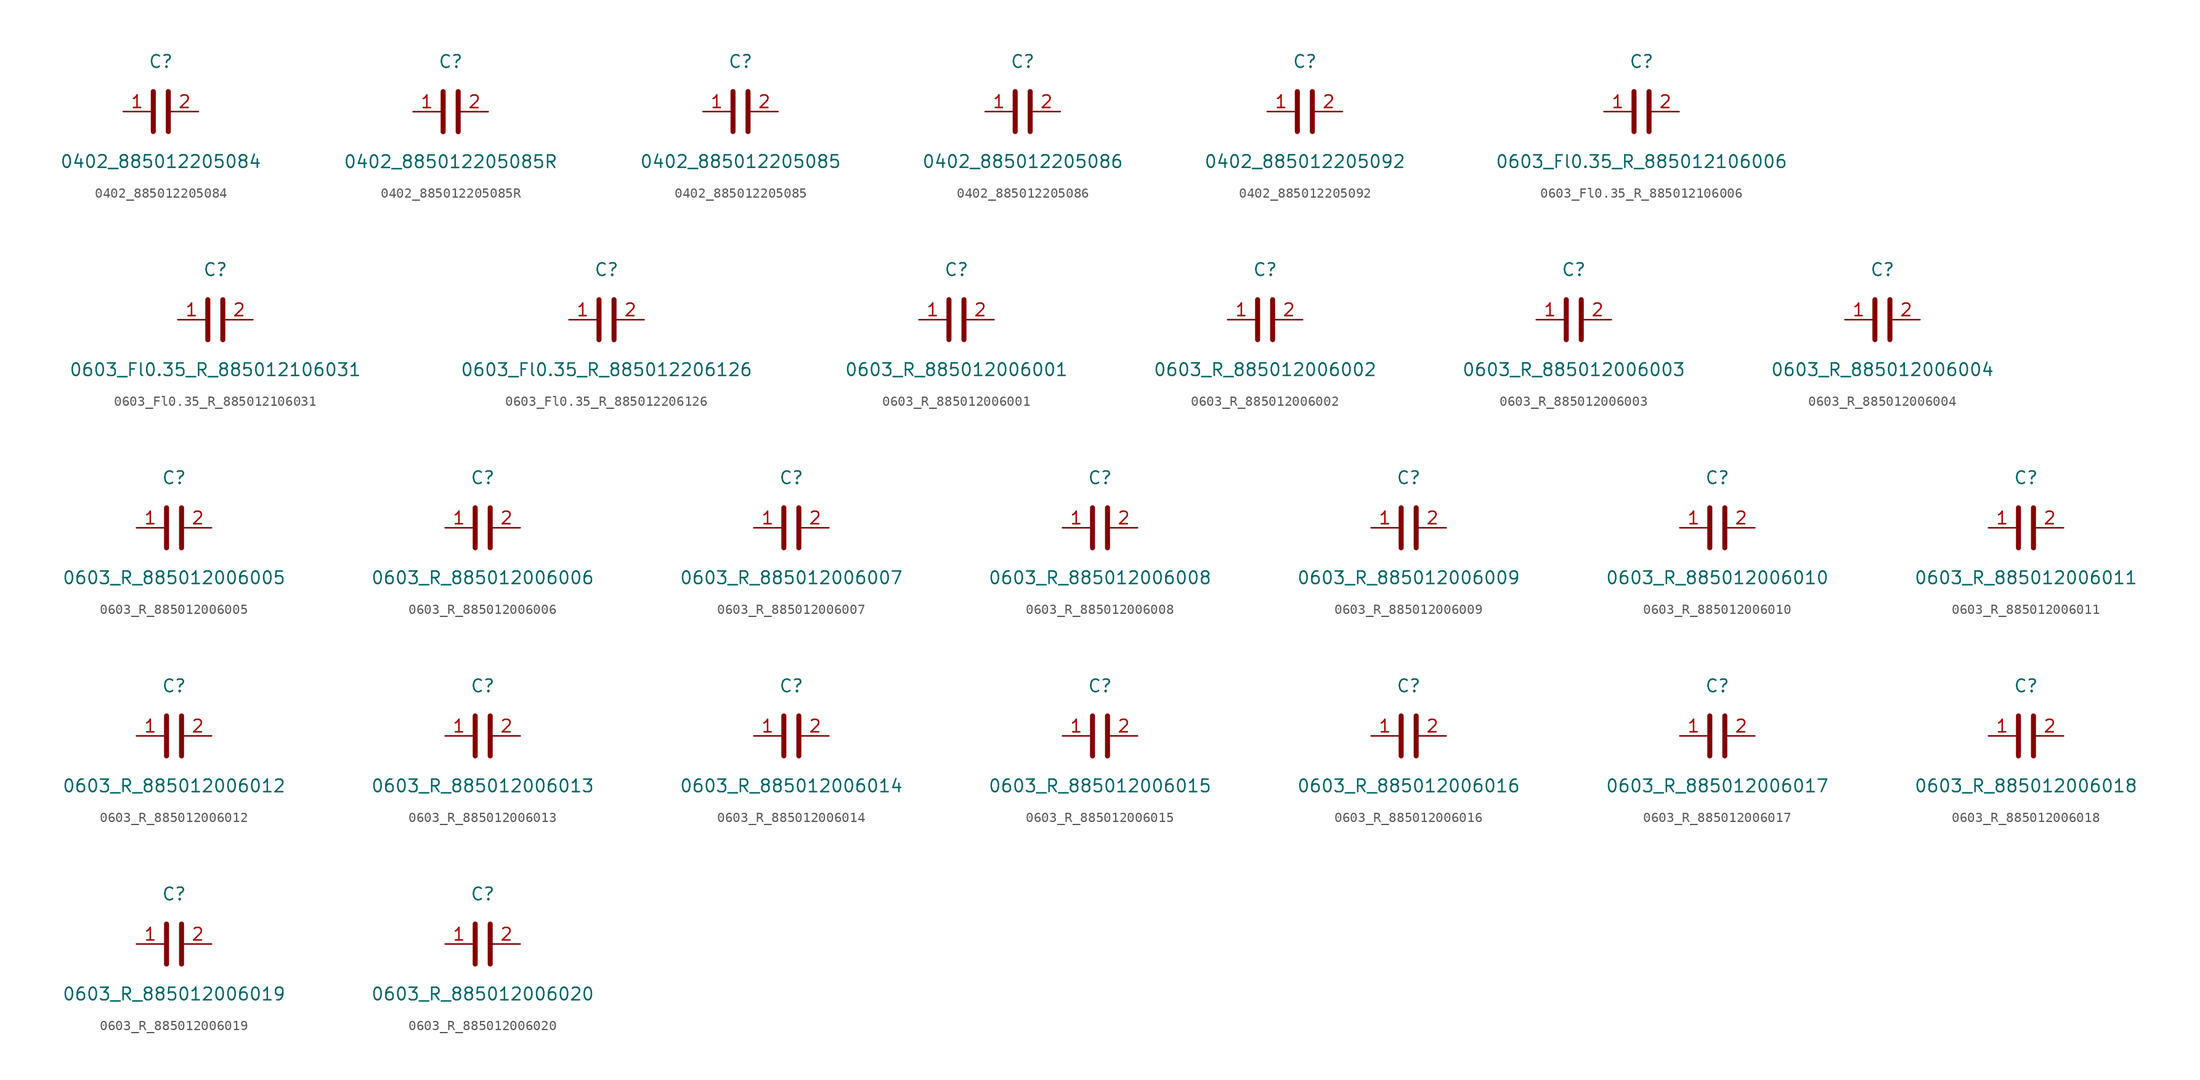
<source format=kicad_sym>
(kicad_symbol_lib
  (version 20220914)
  (generator kicad_symbol_editor)
  (symbol "0402_885012205084"
    (pin_names hide)
    (property "Reference" "C"
      (at 0 5.08 0)
      (effects (font (size 1.27 1.27))))
    (property "Value" "0402_885012205084"
      (at 0 -5.08 0)
      (effects (font (size 1.27 1.27))))
    (symbol "0402_885012205084_0_1"
      (polyline (pts (xy -0.762 -2.032) (xy -0.762 2.032)) (stroke (width 0.508) (type default)) (fill (type none)))
      (polyline (pts (xy 0.762 -2.032) (xy 0.762 2.032)) (stroke (width 0.508) (type default)) (fill (type none))))
    (symbol "0402_885012205084_1_1"
      (pin passive line (at -3.81 0 0) (length 2.794) (name "1" (effects (font (size 1.27 1.27)))) (number "1" (effects (font (size 1.27 1.27)))))
      (pin passive line (at 3.81 0 180) (length 2.794) (name "2" (effects (font (size 1.27 1.27)))) (number "2" (effects (font (size 1.27 1.27)))))))
  (symbol "0402_885012205085R"
    (pin_names hide)
    (property "Reference" "C"
      (at 0 5.08 0)
      (effects (font (size 1.27 1.27))))
    (property "Value" "0402_885012205085R"
      (at 0 -5.08 0)
      (effects (font (size 1.27 1.27))))
    (symbol "0402_885012205085R_0_1"
      (polyline (pts (xy -0.762 -2.032) (xy -0.762 2.032)) (stroke (width 0.508) (type default)) (fill (type none)))
      (polyline (pts (xy 0.762 -2.032) (xy 0.762 2.032)) (stroke (width 0.508) (type default)) (fill (type none))))
    (symbol "0402_885012205085R_1_1"
      (pin passive line (at -3.81 0 0) (length 2.794) (name "1" (effects (font (size 1.27 1.27)))) (number "1" (effects (font (size 1.27 1.27)))))
      (pin passive line (at 3.81 0 180) (length 2.794) (name "2" (effects (font (size 1.27 1.27)))) (number "2" (effects (font (size 1.27 1.27)))))))
  (symbol "0402_885012205085"
    (pin_names hide)
    (property "Reference" "C"
      (at 0 5.08 0)
      (effects (font (size 1.27 1.27))))
    (property "Value" "0402_885012205085"
      (at 0 -5.08 0)
      (effects (font (size 1.27 1.27))))
    (symbol "0402_885012205085_0_1"
      (polyline (pts (xy -0.762 -2.032) (xy -0.762 2.032)) (stroke (width 0.508) (type default)) (fill (type none)))
      (polyline (pts (xy 0.762 -2.032) (xy 0.762 2.032)) (stroke (width 0.508) (type default)) (fill (type none))))
    (symbol "0402_885012205085_1_1"
      (pin passive line (at -3.81 0 0) (length 2.794) (name "1" (effects (font (size 1.27 1.27)))) (number "1" (effects (font (size 1.27 1.27)))))
      (pin passive line (at 3.81 0 180) (length 2.794) (name "2" (effects (font (size 1.27 1.27)))) (number "2" (effects (font (size 1.27 1.27)))))))
  (symbol "0402_885012205086"
    (pin_names hide)
    (property "Reference" "C"
      (at 0 5.08 0)
      (effects (font (size 1.27 1.27))))
    (property "Value" "0402_885012205086"
      (at 0 -5.08 0)
      (effects (font (size 1.27 1.27))))
    (symbol "0402_885012205086_0_1"
      (polyline (pts (xy -0.762 -2.032) (xy -0.762 2.032)) (stroke (width 0.508) (type default)) (fill (type none)))
      (polyline (pts (xy 0.762 -2.032) (xy 0.762 2.032)) (stroke (width 0.508) (type default)) (fill (type none))))
    (symbol "0402_885012205086_1_1"
      (pin passive line (at -3.81 0 0) (length 2.794) (name "1" (effects (font (size 1.27 1.27)))) (number "1" (effects (font (size 1.27 1.27)))))
      (pin passive line (at 3.81 0 180) (length 2.794) (name "2" (effects (font (size 1.27 1.27)))) (number "2" (effects (font (size 1.27 1.27)))))))
  (symbol "0402_885012205092"
    (pin_names hide)
    (property "Reference" "C"
      (at 0 5.08 0)
      (effects (font (size 1.27 1.27))))
    (property "Value" "0402_885012205092"
      (at 0 -5.08 0)
      (effects (font (size 1.27 1.27))))
    (symbol "0402_885012205092_0_1"
      (polyline (pts (xy -0.762 -2.032) (xy -0.762 2.032)) (stroke (width 0.508) (type default)) (fill (type none)))
      (polyline (pts (xy 0.762 -2.032) (xy 0.762 2.032)) (stroke (width 0.508) (type default)) (fill (type none))))
    (symbol "0402_885012205092_1_1"
      (pin passive line (at -3.81 0 0) (length 2.794) (name "1" (effects (font (size 1.27 1.27)))) (number "1" (effects (font (size 1.27 1.27)))))
      (pin passive line (at 3.81 0 180) (length 2.794) (name "2" (effects (font (size 1.27 1.27)))) (number "2" (effects (font (size 1.27 1.27)))))))
  (symbol "0603_Fl0.35_R_885012106006"
    (pin_names hide)
    (property "Reference" "C"
      (at 0 5.08 0)
      (effects (font (size 1.27 1.27))))
    (property "Value" "0603_Fl0.35_R_885012106006"
      (at 0 -5.08 0)
      (effects (font (size 1.27 1.27))))
    (symbol "0603_Fl0.35_R_885012106006_0_1"
      (polyline (pts (xy -0.762 -2.032) (xy -0.762 2.032)) (stroke (width 0.508) (type default)) (fill (type none)))
      (polyline (pts (xy 0.762 -2.032) (xy 0.762 2.032)) (stroke (width 0.508) (type default)) (fill (type none))))
    (symbol "0603_Fl0.35_R_885012106006_1_1"
      (pin passive line (at -3.81 0 0) (length 2.794) (name "1" (effects (font (size 1.27 1.27)))) (number "1" (effects (font (size 1.27 1.27)))))
      (pin passive line (at 3.81 0 180) (length 2.794) (name "2" (effects (font (size 1.27 1.27)))) (number "2" (effects (font (size 1.27 1.27)))))))
  (symbol "0603_Fl0.35_R_885012106031"
    (pin_names hide)
    (property "Reference" "C"
      (at 0 5.08 0)
      (effects (font (size 1.27 1.27))))
    (property "Value" "0603_Fl0.35_R_885012106031"
      (at 0 -5.08 0)
      (effects (font (size 1.27 1.27))))
    (symbol "0603_Fl0.35_R_885012106031_0_1"
      (polyline (pts (xy -0.762 -2.032) (xy -0.762 2.032)) (stroke (width 0.508) (type default)) (fill (type none)))
      (polyline (pts (xy 0.762 -2.032) (xy 0.762 2.032)) (stroke (width 0.508) (type default)) (fill (type none))))
    (symbol "0603_Fl0.35_R_885012106031_1_1"
      (pin passive line (at -3.81 0 0) (length 2.794) (name "1" (effects (font (size 1.27 1.27)))) (number "1" (effects (font (size 1.27 1.27)))))
      (pin passive line (at 3.81 0 180) (length 2.794) (name "2" (effects (font (size 1.27 1.27)))) (number "2" (effects (font (size 1.27 1.27)))))))
  (symbol "0603_Fl0.35_R_885012206126"
    (pin_names hide)
    (property "Reference" "C"
      (at 0 5.08 0)
      (effects (font (size 1.27 1.27))))
    (property "Value" "0603_Fl0.35_R_885012206126"
      (at 0 -5.08 0)
      (effects (font (size 1.27 1.27))))
    (symbol "0603_Fl0.35_R_885012206126_0_1"
      (polyline (pts (xy -0.762 -2.032) (xy -0.762 2.032)) (stroke (width 0.508) (type default)) (fill (type none)))
      (polyline (pts (xy 0.762 -2.032) (xy 0.762 2.032)) (stroke (width 0.508) (type default)) (fill (type none))))
    (symbol "0603_Fl0.35_R_885012206126_1_1"
      (pin passive line (at -3.81 0 0) (length 2.794) (name "1" (effects (font (size 1.27 1.27)))) (number "1" (effects (font (size 1.27 1.27)))))
      (pin passive line (at 3.81 0 180) (length 2.794) (name "2" (effects (font (size 1.27 1.27)))) (number "2" (effects (font (size 1.27 1.27)))))))
  (symbol "0603_R_885012006001"
    (pin_names hide)
    (property "Reference" "C"
      (at 0 5.08 0)
      (effects (font (size 1.27 1.27))))
    (property "Value" "0603_R_885012006001"
      (at 0 -5.08 0)
      (effects (font (size 1.27 1.27))))
    (symbol "0603_R_885012006001_0_1"
      (polyline (pts (xy -0.762 -2.032) (xy -0.762 2.032)) (stroke (width 0.508) (type default)) (fill (type none)))
      (polyline (pts (xy 0.762 -2.032) (xy 0.762 2.032)) (stroke (width 0.508) (type default)) (fill (type none))))
    (symbol "0603_R_885012006001_1_1"
      (pin passive line (at -3.81 0 0) (length 2.794) (name "1" (effects (font (size 1.27 1.27)))) (number "1" (effects (font (size 1.27 1.27)))))
      (pin passive line (at 3.81 0 180) (length 2.794) (name "2" (effects (font (size 1.27 1.27)))) (number "2" (effects (font (size 1.27 1.27)))))))
  (symbol "0603_R_885012006002"
    (pin_names hide)
    (property "Reference" "C"
      (at 0 5.08 0)
      (effects (font (size 1.27 1.27))))
    (property "Value" "0603_R_885012006002"
      (at 0 -5.08 0)
      (effects (font (size 1.27 1.27))))
    (symbol "0603_R_885012006002_0_1"
      (polyline (pts (xy -0.762 -2.032) (xy -0.762 2.032)) (stroke (width 0.508) (type default)) (fill (type none)))
      (polyline (pts (xy 0.762 -2.032) (xy 0.762 2.032)) (stroke (width 0.508) (type default)) (fill (type none))))
    (symbol "0603_R_885012006002_1_1"
      (pin passive line (at -3.81 0 0) (length 2.794) (name "1" (effects (font (size 1.27 1.27)))) (number "1" (effects (font (size 1.27 1.27)))))
      (pin passive line (at 3.81 0 180) (length 2.794) (name "2" (effects (font (size 1.27 1.27)))) (number "2" (effects (font (size 1.27 1.27)))))))
  (symbol "0603_R_885012006003"
    (pin_names hide)
    (property "Reference" "C"
      (at 0 5.08 0)
      (effects (font (size 1.27 1.27))))
    (property "Value" "0603_R_885012006003"
      (at 0 -5.08 0)
      (effects (font (size 1.27 1.27))))
    (symbol "0603_R_885012006003_0_1"
      (polyline (pts (xy -0.762 -2.032) (xy -0.762 2.032)) (stroke (width 0.508) (type default)) (fill (type none)))
      (polyline (pts (xy 0.762 -2.032) (xy 0.762 2.032)) (stroke (width 0.508) (type default)) (fill (type none))))
    (symbol "0603_R_885012006003_1_1"
      (pin passive line (at -3.81 0 0) (length 2.794) (name "1" (effects (font (size 1.27 1.27)))) (number "1" (effects (font (size 1.27 1.27)))))
      (pin passive line (at 3.81 0 180) (length 2.794) (name "2" (effects (font (size 1.27 1.27)))) (number "2" (effects (font (size 1.27 1.27)))))))
  (symbol "0603_R_885012006004"
    (pin_names hide)
    (property "Reference" "C"
      (at 0 5.08 0)
      (effects (font (size 1.27 1.27))))
    (property "Value" "0603_R_885012006004"
      (at 0 -5.08 0)
      (effects (font (size 1.27 1.27))))
    (symbol "0603_R_885012006004_0_1"
      (polyline (pts (xy -0.762 -2.032) (xy -0.762 2.032)) (stroke (width 0.508) (type default)) (fill (type none)))
      (polyline (pts (xy 0.762 -2.032) (xy 0.762 2.032)) (stroke (width 0.508) (type default)) (fill (type none))))
    (symbol "0603_R_885012006004_1_1"
      (pin passive line (at -3.81 0 0) (length 2.794) (name "1" (effects (font (size 1.27 1.27)))) (number "1" (effects (font (size 1.27 1.27)))))
      (pin passive line (at 3.81 0 180) (length 2.794) (name "2" (effects (font (size 1.27 1.27)))) (number "2" (effects (font (size 1.27 1.27)))))))
  (symbol "0603_R_885012006005"
    (pin_names hide)
    (property "Reference" "C"
      (at 0 5.08 0)
      (effects (font (size 1.27 1.27))))
    (property "Value" "0603_R_885012006005"
      (at 0 -5.08 0)
      (effects (font (size 1.27 1.27))))
    (symbol "0603_R_885012006005_0_1"
      (polyline (pts (xy -0.762 -2.032) (xy -0.762 2.032)) (stroke (width 0.508) (type default)) (fill (type none)))
      (polyline (pts (xy 0.762 -2.032) (xy 0.762 2.032)) (stroke (width 0.508) (type default)) (fill (type none))))
    (symbol "0603_R_885012006005_1_1"
      (pin passive line (at -3.81 0 0) (length 2.794) (name "1" (effects (font (size 1.27 1.27)))) (number "1" (effects (font (size 1.27 1.27)))))
      (pin passive line (at 3.81 0 180) (length 2.794) (name "2" (effects (font (size 1.27 1.27)))) (number "2" (effects (font (size 1.27 1.27)))))))
  (symbol "0603_R_885012006006"
    (pin_names hide)
    (property "Reference" "C"
      (at 0 5.08 0)
      (effects (font (size 1.27 1.27))))
    (property "Value" "0603_R_885012006006"
      (at 0 -5.08 0)
      (effects (font (size 1.27 1.27))))
    (symbol "0603_R_885012006006_0_1"
      (polyline (pts (xy -0.762 -2.032) (xy -0.762 2.032)) (stroke (width 0.508) (type default)) (fill (type none)))
      (polyline (pts (xy 0.762 -2.032) (xy 0.762 2.032)) (stroke (width 0.508) (type default)) (fill (type none))))
    (symbol "0603_R_885012006006_1_1"
      (pin passive line (at -3.81 0 0) (length 2.794) (name "1" (effects (font (size 1.27 1.27)))) (number "1" (effects (font (size 1.27 1.27)))))
      (pin passive line (at 3.81 0 180) (length 2.794) (name "2" (effects (font (size 1.27 1.27)))) (number "2" (effects (font (size 1.27 1.27)))))))
  (symbol "0603_R_885012006007"
    (pin_names hide)
    (property "Reference" "C"
      (at 0 5.08 0)
      (effects (font (size 1.27 1.27))))
    (property "Value" "0603_R_885012006007"
      (at 0 -5.08 0)
      (effects (font (size 1.27 1.27))))
    (symbol "0603_R_885012006007_0_1"
      (polyline (pts (xy -0.762 -2.032) (xy -0.762 2.032)) (stroke (width 0.508) (type default)) (fill (type none)))
      (polyline (pts (xy 0.762 -2.032) (xy 0.762 2.032)) (stroke (width 0.508) (type default)) (fill (type none))))
    (symbol "0603_R_885012006007_1_1"
      (pin passive line (at -3.81 0 0) (length 2.794) (name "1" (effects (font (size 1.27 1.27)))) (number "1" (effects (font (size 1.27 1.27)))))
      (pin passive line (at 3.81 0 180) (length 2.794) (name "2" (effects (font (size 1.27 1.27)))) (number "2" (effects (font (size 1.27 1.27)))))))
  (symbol "0603_R_885012006008"
    (pin_names hide)
    (property "Reference" "C"
      (at 0 5.08 0)
      (effects (font (size 1.27 1.27))))
    (property "Value" "0603_R_885012006008"
      (at 0 -5.08 0)
      (effects (font (size 1.27 1.27))))
    (symbol "0603_R_885012006008_0_1"
      (polyline (pts (xy -0.762 -2.032) (xy -0.762 2.032)) (stroke (width 0.508) (type default)) (fill (type none)))
      (polyline (pts (xy 0.762 -2.032) (xy 0.762 2.032)) (stroke (width 0.508) (type default)) (fill (type none))))
    (symbol "0603_R_885012006008_1_1"
      (pin passive line (at -3.81 0 0) (length 2.794) (name "1" (effects (font (size 1.27 1.27)))) (number "1" (effects (font (size 1.27 1.27)))))
      (pin passive line (at 3.81 0 180) (length 2.794) (name "2" (effects (font (size 1.27 1.27)))) (number "2" (effects (font (size 1.27 1.27)))))))
  (symbol "0603_R_885012006009"
    (pin_names hide)
    (property "Reference" "C"
      (at 0 5.08 0)
      (effects (font (size 1.27 1.27))))
    (property "Value" "0603_R_885012006009"
      (at 0 -5.08 0)
      (effects (font (size 1.27 1.27))))
    (symbol "0603_R_885012006009_0_1"
      (polyline (pts (xy -0.762 -2.032) (xy -0.762 2.032)) (stroke (width 0.508) (type default)) (fill (type none)))
      (polyline (pts (xy 0.762 -2.032) (xy 0.762 2.032)) (stroke (width 0.508) (type default)) (fill (type none))))
    (symbol "0603_R_885012006009_1_1"
      (pin passive line (at -3.81 0 0) (length 2.794) (name "1" (effects (font (size 1.27 1.27)))) (number "1" (effects (font (size 1.27 1.27)))))
      (pin passive line (at 3.81 0 180) (length 2.794) (name "2" (effects (font (size 1.27 1.27)))) (number "2" (effects (font (size 1.27 1.27)))))))
  (symbol "0603_R_885012006010"
    (pin_names hide)
    (property "Reference" "C"
      (at 0 5.08 0)
      (effects (font (size 1.27 1.27))))
    (property "Value" "0603_R_885012006010"
      (at 0 -5.08 0)
      (effects (font (size 1.27 1.27))))
    (symbol "0603_R_885012006010_0_1"
      (polyline (pts (xy -0.762 -2.032) (xy -0.762 2.032)) (stroke (width 0.508) (type default)) (fill (type none)))
      (polyline (pts (xy 0.762 -2.032) (xy 0.762 2.032)) (stroke (width 0.508) (type default)) (fill (type none))))
    (symbol "0603_R_885012006010_1_1"
      (pin passive line (at -3.81 0 0) (length 2.794) (name "1" (effects (font (size 1.27 1.27)))) (number "1" (effects (font (size 1.27 1.27)))))
      (pin passive line (at 3.81 0 180) (length 2.794) (name "2" (effects (font (size 1.27 1.27)))) (number "2" (effects (font (size 1.27 1.27)))))))
  (symbol "0603_R_885012006011"
    (pin_names hide)
    (property "Reference" "C"
      (at 0 5.08 0)
      (effects (font (size 1.27 1.27))))
    (property "Value" "0603_R_885012006011"
      (at 0 -5.08 0)
      (effects (font (size 1.27 1.27))))
    (symbol "0603_R_885012006011_0_1"
      (polyline (pts (xy -0.762 -2.032) (xy -0.762 2.032)) (stroke (width 0.508) (type default)) (fill (type none)))
      (polyline (pts (xy 0.762 -2.032) (xy 0.762 2.032)) (stroke (width 0.508) (type default)) (fill (type none))))
    (symbol "0603_R_885012006011_1_1"
      (pin passive line (at -3.81 0 0) (length 2.794) (name "1" (effects (font (size 1.27 1.27)))) (number "1" (effects (font (size 1.27 1.27)))))
      (pin passive line (at 3.81 0 180) (length 2.794) (name "2" (effects (font (size 1.27 1.27)))) (number "2" (effects (font (size 1.27 1.27)))))))
  (symbol "0603_R_885012006012"
    (pin_names hide)
    (property "Reference" "C"
      (at 0 5.08 0)
      (effects (font (size 1.27 1.27))))
    (property "Value" "0603_R_885012006012"
      (at 0 -5.08 0)
      (effects (font (size 1.27 1.27))))
    (symbol "0603_R_885012006012_0_1"
      (polyline (pts (xy -0.762 -2.032) (xy -0.762 2.032)) (stroke (width 0.508) (type default)) (fill (type none)))
      (polyline (pts (xy 0.762 -2.032) (xy 0.762 2.032)) (stroke (width 0.508) (type default)) (fill (type none))))
    (symbol "0603_R_885012006012_1_1"
      (pin passive line (at -3.81 0 0) (length 2.794) (name "1" (effects (font (size 1.27 1.27)))) (number "1" (effects (font (size 1.27 1.27)))))
      (pin passive line (at 3.81 0 180) (length 2.794) (name "2" (effects (font (size 1.27 1.27)))) (number "2" (effects (font (size 1.27 1.27)))))))
  (symbol "0603_R_885012006013"
    (pin_names hide)
    (property "Reference" "C"
      (at 0 5.08 0)
      (effects (font (size 1.27 1.27))))
    (property "Value" "0603_R_885012006013"
      (at 0 -5.08 0)
      (effects (font (size 1.27 1.27))))
    (symbol "0603_R_885012006013_0_1"
      (polyline (pts (xy -0.762 -2.032) (xy -0.762 2.032)) (stroke (width 0.508) (type default)) (fill (type none)))
      (polyline (pts (xy 0.762 -2.032) (xy 0.762 2.032)) (stroke (width 0.508) (type default)) (fill (type none))))
    (symbol "0603_R_885012006013_1_1"
      (pin passive line (at -3.81 0 0) (length 2.794) (name "1" (effects (font (size 1.27 1.27)))) (number "1" (effects (font (size 1.27 1.27)))))
      (pin passive line (at 3.81 0 180) (length 2.794) (name "2" (effects (font (size 1.27 1.27)))) (number "2" (effects (font (size 1.27 1.27)))))))
  (symbol "0603_R_885012006014"
    (pin_names hide)
    (property "Reference" "C"
      (at 0 5.08 0)
      (effects (font (size 1.27 1.27))))
    (property "Value" "0603_R_885012006014"
      (at 0 -5.08 0)
      (effects (font (size 1.27 1.27))))
    (symbol "0603_R_885012006014_0_1"
      (polyline (pts (xy -0.762 -2.032) (xy -0.762 2.032)) (stroke (width 0.508) (type default)) (fill (type none)))
      (polyline (pts (xy 0.762 -2.032) (xy 0.762 2.032)) (stroke (width 0.508) (type default)) (fill (type none))))
    (symbol "0603_R_885012006014_1_1"
      (pin passive line (at -3.81 0 0) (length 2.794) (name "1" (effects (font (size 1.27 1.27)))) (number "1" (effects (font (size 1.27 1.27)))))
      (pin passive line (at 3.81 0 180) (length 2.794) (name "2" (effects (font (size 1.27 1.27)))) (number "2" (effects (font (size 1.27 1.27)))))))
  (symbol "0603_R_885012006015"
    (pin_names hide)
    (property "Reference" "C"
      (at 0 5.08 0)
      (effects (font (size 1.27 1.27))))
    (property "Value" "0603_R_885012006015"
      (at 0 -5.08 0)
      (effects (font (size 1.27 1.27))))
    (symbol "0603_R_885012006015_0_1"
      (polyline (pts (xy -0.762 -2.032) (xy -0.762 2.032)) (stroke (width 0.508) (type default)) (fill (type none)))
      (polyline (pts (xy 0.762 -2.032) (xy 0.762 2.032)) (stroke (width 0.508) (type default)) (fill (type none))))
    (symbol "0603_R_885012006015_1_1"
      (pin passive line (at -3.81 0 0) (length 2.794) (name "1" (effects (font (size 1.27 1.27)))) (number "1" (effects (font (size 1.27 1.27)))))
      (pin passive line (at 3.81 0 180) (length 2.794) (name "2" (effects (font (size 1.27 1.27)))) (number "2" (effects (font (size 1.27 1.27)))))))
  (symbol "0603_R_885012006016"
    (pin_names hide)
    (property "Reference" "C"
      (at 0 5.08 0)
      (effects (font (size 1.27 1.27))))
    (property "Value" "0603_R_885012006016"
      (at 0 -5.08 0)
      (effects (font (size 1.27 1.27))))
    (symbol "0603_R_885012006016_0_1"
      (polyline (pts (xy -0.762 -2.032) (xy -0.762 2.032)) (stroke (width 0.508) (type default)) (fill (type none)))
      (polyline (pts (xy 0.762 -2.032) (xy 0.762 2.032)) (stroke (width 0.508) (type default)) (fill (type none))))
    (symbol "0603_R_885012006016_1_1"
      (pin passive line (at -3.81 0 0) (length 2.794) (name "1" (effects (font (size 1.27 1.27)))) (number "1" (effects (font (size 1.27 1.27)))))
      (pin passive line (at 3.81 0 180) (length 2.794) (name "2" (effects (font (size 1.27 1.27)))) (number "2" (effects (font (size 1.27 1.27)))))))
  (symbol "0603_R_885012006017"
    (pin_names hide)
    (property "Reference" "C"
      (at 0 5.08 0)
      (effects (font (size 1.27 1.27))))
    (property "Value" "0603_R_885012006017"
      (at 0 -5.08 0)
      (effects (font (size 1.27 1.27))))
    (symbol "0603_R_885012006017_0_1"
      (polyline (pts (xy -0.762 -2.032) (xy -0.762 2.032)) (stroke (width 0.508) (type default)) (fill (type none)))
      (polyline (pts (xy 0.762 -2.032) (xy 0.762 2.032)) (stroke (width 0.508) (type default)) (fill (type none))))
    (symbol "0603_R_885012006017_1_1"
      (pin passive line (at -3.81 0 0) (length 2.794) (name "1" (effects (font (size 1.27 1.27)))) (number "1" (effects (font (size 1.27 1.27)))))
      (pin passive line (at 3.81 0 180) (length 2.794) (name "2" (effects (font (size 1.27 1.27)))) (number "2" (effects (font (size 1.27 1.27)))))))
  (symbol "0603_R_885012006018"
    (pin_names hide)
    (property "Reference" "C"
      (at 0 5.08 0)
      (effects (font (size 1.27 1.27))))
    (property "Value" "0603_R_885012006018"
      (at 0 -5.08 0)
      (effects (font (size 1.27 1.27))))
    (symbol "0603_R_885012006018_0_1"
      (polyline (pts (xy -0.762 -2.032) (xy -0.762 2.032)) (stroke (width 0.508) (type default)) (fill (type none)))
      (polyline (pts (xy 0.762 -2.032) (xy 0.762 2.032)) (stroke (width 0.508) (type default)) (fill (type none))))
    (symbol "0603_R_885012006018_1_1"
      (pin passive line (at -3.81 0 0) (length 2.794) (name "1" (effects (font (size 1.27 1.27)))) (number "1" (effects (font (size 1.27 1.27)))))
      (pin passive line (at 3.81 0 180) (length 2.794) (name "2" (effects (font (size 1.27 1.27)))) (number "2" (effects (font (size 1.27 1.27)))))))
  (symbol "0603_R_885012006019"
    (pin_names hide)
    (property "Reference" "C"
      (at 0 5.08 0)
      (effects (font (size 1.27 1.27))))
    (property "Value" "0603_R_885012006019"
      (at 0 -5.08 0)
      (effects (font (size 1.27 1.27))))
    (symbol "0603_R_885012006019_0_1"
      (polyline (pts (xy -0.762 -2.032) (xy -0.762 2.032)) (stroke (width 0.508) (type default)) (fill (type none)))
      (polyline (pts (xy 0.762 -2.032) (xy 0.762 2.032)) (stroke (width 0.508) (type default)) (fill (type none))))
    (symbol "0603_R_885012006019_1_1"
      (pin passive line (at -3.81 0 0) (length 2.794) (name "1" (effects (font (size 1.27 1.27)))) (number "1" (effects (font (size 1.27 1.27)))))
      (pin passive line (at 3.81 0 180) (length 2.794) (name "2" (effects (font (size 1.27 1.27)))) (number "2" (effects (font (size 1.27 1.27)))))))
  (symbol "0603_R_885012006020"
    (pin_names hide)
    (property "Reference" "C"
      (at 0 5.08 0)
      (effects (font (size 1.27 1.27))))
    (property "Value" "0603_R_885012006020"
      (at 0 -5.08 0)
      (effects (font (size 1.27 1.27))))
    (symbol "0603_R_885012006020_0_1"
      (polyline (pts (xy -0.762 -2.032) (xy -0.762 2.032)) (stroke (width 0.508) (type default)) (fill (type none)))
      (polyline (pts (xy 0.762 -2.032) (xy 0.762 2.032)) (stroke (width 0.508) (type default)) (fill (type none))))
    (symbol "0603_R_885012006020_1_1"
      (pin passive line (at -3.81 0 0) (length 2.794) (name "1" (effects (font (size 1.27 1.27)))) (number "1" (effects (font (size 1.27 1.27)))))
      (pin passive line (at 3.81 0 180) (length 2.794) (name "2" (effects (font (size 1.27 1.27)))) (number "2" (effects (font (size 1.27 1.27))))))))
</source>
